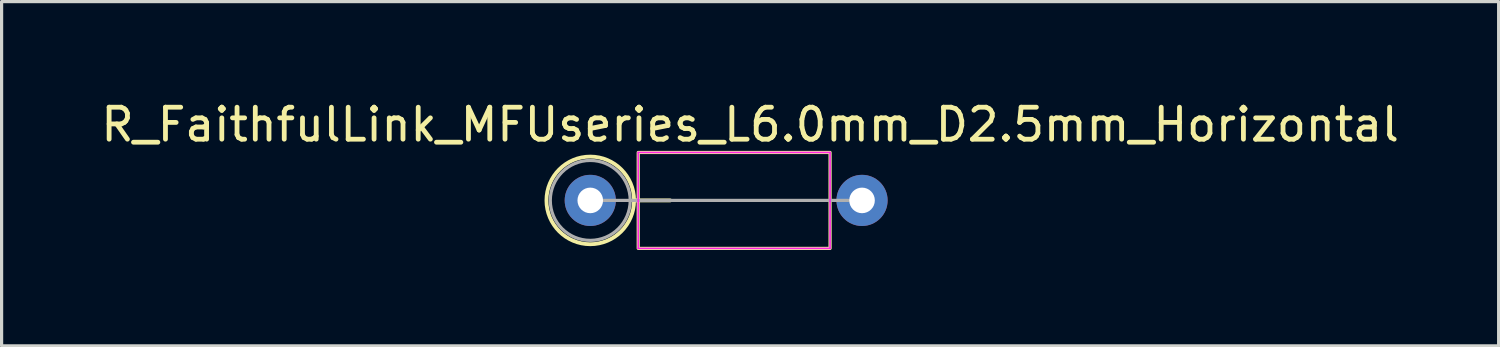
<source format=kicad_pcb>
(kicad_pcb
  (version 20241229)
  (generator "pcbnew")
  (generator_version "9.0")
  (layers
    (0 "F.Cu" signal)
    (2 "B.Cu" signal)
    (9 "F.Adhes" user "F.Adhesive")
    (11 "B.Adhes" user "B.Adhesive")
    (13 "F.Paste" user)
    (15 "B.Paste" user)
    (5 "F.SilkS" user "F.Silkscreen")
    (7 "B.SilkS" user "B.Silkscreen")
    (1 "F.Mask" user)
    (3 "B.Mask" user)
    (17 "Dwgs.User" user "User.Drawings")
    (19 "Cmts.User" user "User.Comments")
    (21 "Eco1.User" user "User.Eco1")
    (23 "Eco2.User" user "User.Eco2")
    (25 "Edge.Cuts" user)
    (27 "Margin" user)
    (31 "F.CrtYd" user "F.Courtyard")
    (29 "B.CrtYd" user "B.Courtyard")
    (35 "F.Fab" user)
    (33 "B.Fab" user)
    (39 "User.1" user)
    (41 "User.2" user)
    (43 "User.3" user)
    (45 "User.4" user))
  (footprint "R_FaithfulLink_MFUseries_L6.0mm_D2.5mm_Horizontal"
    (layer "F.Cu")
    (at 18.411 3.218)
    (property "Reference" "R_FaithfulLink_MFUseries_L6.0mm_D2.5mm_Horizontal" (at 2 -2.37 0) (layer "F.SilkS") (effects (font (size 1 1) (thickness 0.15))))
    (attr through_hole)
    (fp_line (start -1.63 0) (end -0.5 0) (stroke (width 0.12) (type solid)) (layer "F.SilkS"))
    (fp_rect (start -1.5 -1.5) (end 4.5 1.5) (stroke (width 0.1) (type default)) (fill no) (layer "F.SilkS"))
    (fp_circle (center -3 0) (end -1.63 0) (stroke (width 0.12) (type solid)) (fill no) (layer "F.SilkS"))
    (fp_line (start -1.5 -1.5) (end -1.5 1.5) (stroke (width 0.05) (type solid)) (layer "F.CrtYd"))
    (fp_line (start -1.5 1.5) (end 4.5 1.5) (stroke (width 0.05) (type solid)) (layer "F.CrtYd"))
    (fp_line (start 4.5 -1.5) (end -1.5 -1.5) (stroke (width 0.05) (type solid)) (layer "F.CrtYd"))
    (fp_line (start 4.5 1.5) (end 4.5 -1.5) (stroke (width 0.05) (type solid)) (layer "F.CrtYd"))
    (fp_line (start -3 0) (end 5.08 0) (stroke (width 0.1) (type solid)) (layer "F.Fab"))
    (fp_circle (center -3 0) (end -1.75 0) (stroke (width 0.1) (type solid)) (fill no) (layer "F.Fab"))
    (pad "1" thru_hole circle (at -3 0) (size 1.6 1.6) (drill 0.8) (layers "*.Cu" "*.Mask"))
    (pad "2" thru_hole oval (at 5.5 0) (size 1.6 1.6) (drill 0.8) (layers "*.Cu" "*.Mask")))
  (gr_rect
    (start -3 -3)
    (end 43.821 7.768)
    (stroke (width 0.1) (type default))
    (fill no)
    (layer "Edge.Cuts")))
</source>
